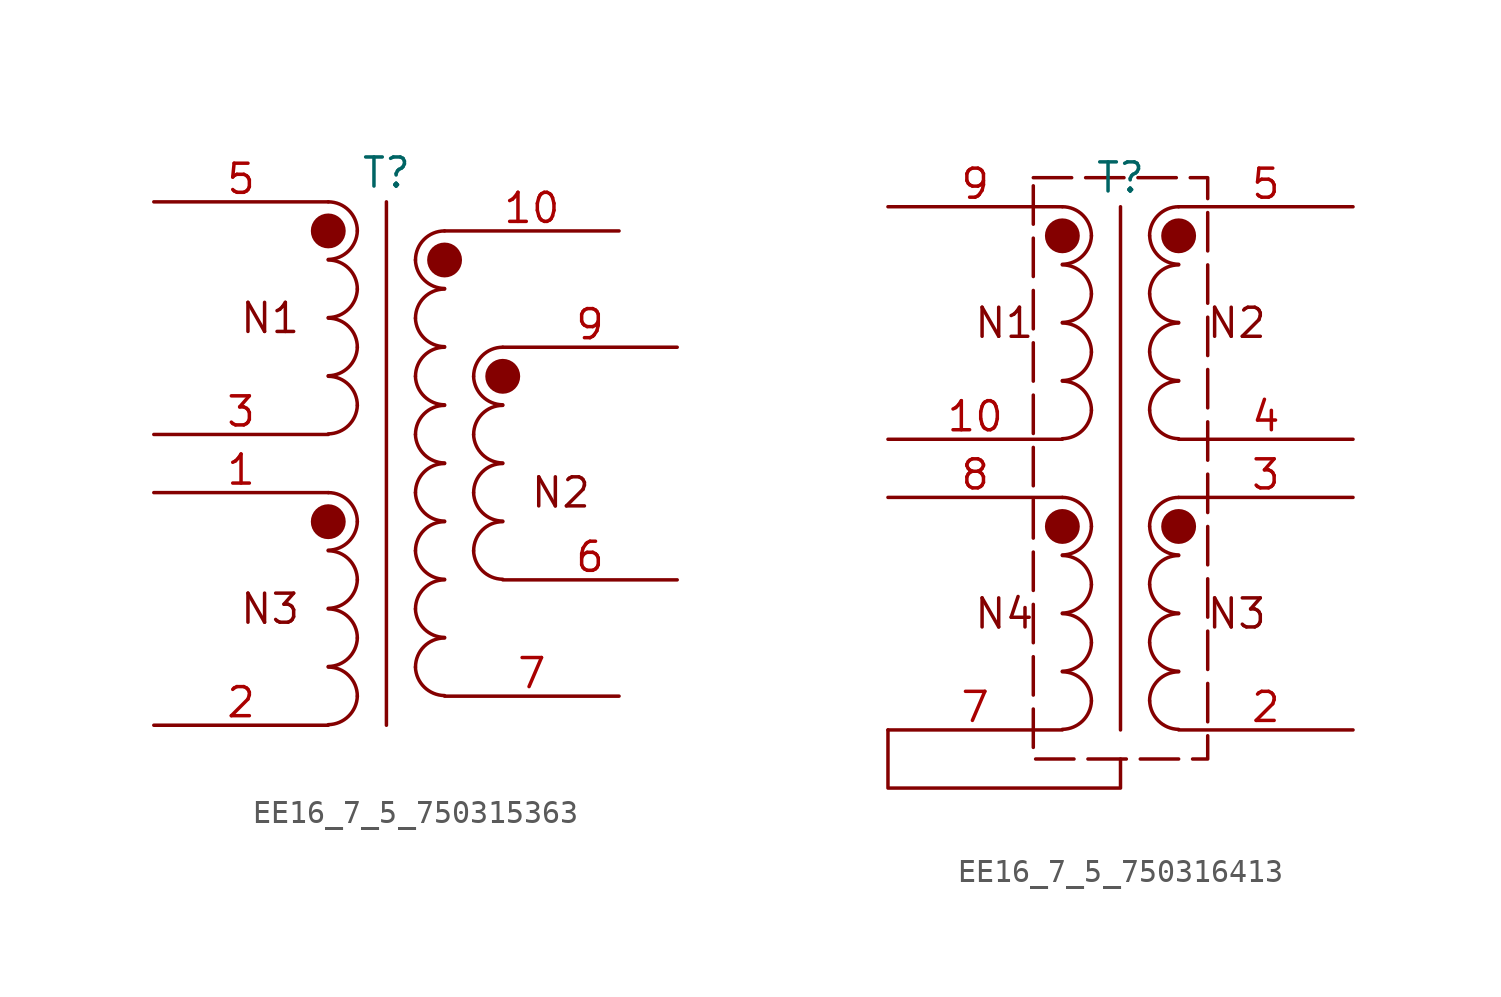
<source format=kicad_sym>
(kicad_symbol_lib
  (version 20220914)
  (generator kicad_symbol_editor)
  (symbol "EE16_7_5_750315363"
    (pin_names hide)
    (property "Reference" "T"
      (at 0 12.7 0)
      (effects (font (size 1.27 1.27))))
    (property "Critical Parameter" ""
      (at 0 -5.08 0)
      (effects (font (size 1.27 1.27)) (justify left)))
    (symbol "EE16_7_5_750315363_0_0"
      (text "" (at 3.81 -1.27 0) (effects (font (size 1.27 1.27)))))
    (symbol "EE16_7_5_750315363_0_1"
      (arc (start -2.54 -11.4046) (mid -1.6561 -11.0363) (end -1.27 -10.16) (stroke (width 0) (type default)) (fill (type none)))
      (arc (start -2.54 -8.8646) (mid -1.6561 -8.4963) (end -1.27 -7.62) (stroke (width 0) (type default)) (fill (type none)))
      (arc (start -2.54 -6.3246) (mid -1.6561 -5.9563) (end -1.27 -5.08) (stroke (width 0) (type default)) (fill (type none)))
      (arc (start -2.54 -3.7846) (mid -1.6561 -3.4163) (end -1.27 -2.54) (stroke (width 0) (type default)) (fill (type none)))
      (arc (start -2.54 1.2954) (mid -1.6561 1.6637) (end -1.27 2.54) (stroke (width 0) (type default)) (fill (type none)))
      (arc (start -2.54 3.8354) (mid -1.6561 4.2037) (end -1.27 5.08) (stroke (width 0) (type default)) (fill (type none)))
      (arc (start -2.54 6.3754) (mid -1.6561 6.7437) (end -1.27 7.62) (stroke (width 0) (type default)) (fill (type none)))
      (arc (start -2.54 8.9154) (mid -1.6561 9.2837) (end -1.27 10.16) (stroke (width 0) (type default)) (fill (type none)))
      (arc (start -1.27 -10.16) (mid -1.642 -9.262) (end -2.54 -8.89) (stroke (width 0) (type default)) (fill (type none)))
      (arc (start -1.27 -7.62) (mid -1.642 -6.722) (end -2.54 -6.35) (stroke (width 0) (type default)) (fill (type none)))
      (arc (start -1.27 -5.08) (mid -1.642 -4.182) (end -2.54 -3.81) (stroke (width 0) (type default)) (fill (type none)))
      (arc (start -1.27 -2.54) (mid -1.642 -1.642) (end -2.54 -1.27) (stroke (width 0) (type default)) (fill (type none)))
      (arc (start -1.27 2.54) (mid -1.642 3.438) (end -2.54 3.81) (stroke (width 0) (type default)) (fill (type none)))
      (arc (start -1.27 5.08) (mid -1.642 5.978) (end -2.54 6.35) (stroke (width 0) (type default)) (fill (type none)))
      (arc (start -1.27 7.62) (mid -1.642 8.518) (end -2.54 8.89) (stroke (width 0) (type default)) (fill (type none)))
      (arc (start -1.27 10.16) (mid -1.642 11.058) (end -2.54 11.43) (stroke (width 0) (type default)) (fill (type none)))
      (polyline (pts (xy 0 -11.43) (xy 0 11.43)) (stroke (width 0) (type default)) (fill (type none)))
      (arc (start 1.27 -8.89) (mid 1.656 -9.7664) (end 2.54 -10.1346) (stroke (width 0) (type default)) (fill (type none)))
      (arc (start 1.27 -6.35) (mid 1.656 -7.2264) (end 2.54 -7.5946) (stroke (width 0) (type default)) (fill (type none)))
      (arc (start 1.27 -3.81) (mid 1.656 -4.6864) (end 2.54 -5.0546) (stroke (width 0) (type default)) (fill (type none)))
      (arc (start 1.27 -1.27) (mid 1.656 -2.1464) (end 2.54 -2.5146) (stroke (width 0) (type default)) (fill (type none)))
      (arc (start 1.27 1.27) (mid 1.656 0.3936) (end 2.54 0.0254) (stroke (width 0) (type default)) (fill (type none)))
      (arc (start 1.27 3.81) (mid 1.656 2.9336) (end 2.54 2.5654) (stroke (width 0) (type default)) (fill (type none)))
      (arc (start 1.27 6.35) (mid 1.656 5.4736) (end 2.54 5.1054) (stroke (width 0) (type default)) (fill (type none)))
      (arc (start 1.27 8.89) (mid 1.656 8.0136) (end 2.54 7.6454) (stroke (width 0) (type default)) (fill (type none)))
      (arc (start 2.54 -7.62) (mid 1.642 -7.992) (end 1.27 -8.89) (stroke (width 0) (type default)) (fill (type none)))
      (arc (start 2.54 -5.08) (mid 1.642 -5.452) (end 1.27 -6.35) (stroke (width 0) (type default)) (fill (type none)))
      (arc (start 2.54 -2.54) (mid 1.642 -2.912) (end 1.27 -3.81) (stroke (width 0) (type default)) (fill (type none)))
      (arc (start 2.54 0) (mid 1.642 -0.372) (end 1.27 -1.27) (stroke (width 0) (type default)) (fill (type none)))
      (arc (start 2.54 2.54) (mid 1.642 2.168) (end 1.27 1.27) (stroke (width 0) (type default)) (fill (type none)))
      (arc (start 2.54 5.08) (mid 1.642 4.708) (end 1.27 3.81) (stroke (width 0) (type default)) (fill (type none)))
      (arc (start 2.54 7.62) (mid 1.642 7.248) (end 1.27 6.35) (stroke (width 0) (type default)) (fill (type none)))
      (arc (start 2.54 10.16) (mid 1.642 9.788) (end 1.27 8.89) (stroke (width 0) (type default)) (fill (type none)))
      (arc (start 3.81 -3.81) (mid 4.1961 -4.6863) (end 5.08 -5.0546) (stroke (width 0) (type default)) (fill (type none)))
      (arc (start 3.81 -1.27) (mid 4.1961 -2.1463) (end 5.08 -2.5146) (stroke (width 0) (type default)) (fill (type none)))
      (arc (start 3.81 1.27) (mid 4.1961 0.3937) (end 5.08 0.0254) (stroke (width 0) (type default)) (fill (type none)))
      (arc (start 3.81 3.81) (mid 4.1961 2.9337) (end 5.08 2.5654) (stroke (width 0) (type default)) (fill (type none)))
      (arc (start 5.08 -2.54) (mid 4.182 -2.912) (end 3.81 -3.81) (stroke (width 0) (type default)) (fill (type none)))
      (arc (start 5.08 0) (mid 4.182 -0.372) (end 3.81 -1.27) (stroke (width 0) (type default)) (fill (type none)))
      (arc (start 5.08 2.54) (mid 4.182 2.168) (end 3.81 1.27) (stroke (width 0) (type default)) (fill (type none)))
      (arc (start 5.08 5.08) (mid 4.182 4.708) (end 3.81 3.81) (stroke (width 0) (type default)) (fill (type none))))
    (symbol "EE16_7_5_750315363_1_1"
      (circle (center -2.54 -2.54) (radius 0.0001) (stroke (width 0.762) (type default)) (fill (type none)))
      (circle (center -2.54 10.16) (radius 0.0001) (stroke (width 0.762) (type default)) (fill (type none)))
      (circle (center 2.54 8.89) (radius 0.0001) (stroke (width 0.762) (type default)) (fill (type none)))
      (circle (center 5.08 3.81) (radius 0.0001) (stroke (width 0.762) (type default)) (fill (type none)))
      (text "N1" (at -5.08 6.35 0) (effects (font (size 1.27 1.27))))
      (text "N2" (at 7.62 -1.27 0) (effects (font (size 1.27 1.27))))
      (text "N3" (at -5.08 -6.35 0) (effects (font (size 1.27 1.27))))
      (pin passive line (at -10.16 -1.27 0) (length 7.62) (name "1" (effects (font (size 1.27 1.27)))) (number "1" (effects (font (size 1.27 1.27)))))
      (pin passive line (at 10.16 10.16 180) (length 7.62) (name "10" (effects (font (size 1.27 1.27)))) (number "10" (effects (font (size 1.27 1.27)))))
      (pin passive line (at -10.16 -11.43 0) (length 7.62) (name "2" (effects (font (size 1.27 1.27)))) (number "2" (effects (font (size 1.27 1.27)))))
      (pin passive line (at -10.16 1.27 0) (length 7.62) (name "3" (effects (font (size 1.27 1.27)))) (number "3" (effects (font (size 1.27 1.27)))))
      (pin passive line (at -10.16 11.43 0) (length 7.62) (name "5" (effects (font (size 1.27 1.27)))) (number "5" (effects (font (size 1.27 1.27)))))
      (pin passive line (at 12.7 -5.08 180) (length 7.62) (name "6" (effects (font (size 1.27 1.27)))) (number "6" (effects (font (size 1.27 1.27)))))
      (pin passive line (at 10.16 -10.16 180) (length 7.62) (name "7" (effects (font (size 1.27 1.27)))) (number "7" (effects (font (size 1.27 1.27)))))
      (pin passive line (at 12.7 5.08 180) (length 7.62) (name "9" (effects (font (size 1.27 1.27)))) (number "9" (effects (font (size 1.27 1.27)))))))
  (symbol "EE16_7_5_750316413"
    (pin_names hide)
    (property "Reference" "T"
      (at 0 12.7 0)
      (effects (font (size 1.27 1.27))))
    (property "Critical Parameter" ""
      (at 0 -5.08 0)
      (effects (font (size 1.27 1.27)) (justify left)))
    (symbol "EE16_7_5_750316413_0_1"
      (arc (start -2.54 -11.4046) (mid -1.6561 -11.0363) (end -1.27 -10.16) (stroke (width 0) (type default)) (fill (type none)))
      (arc (start -2.54 -8.8646) (mid -1.6561 -8.4963) (end -1.27 -7.62) (stroke (width 0) (type default)) (fill (type none)))
      (arc (start -2.54 -6.3246) (mid -1.6561 -5.9563) (end -1.27 -5.08) (stroke (width 0) (type default)) (fill (type none)))
      (arc (start -2.54 -3.7846) (mid -1.6561 -3.4163) (end -1.27 -2.54) (stroke (width 0) (type default)) (fill (type none)))
      (arc (start -2.54 1.2954) (mid -1.6561 1.6637) (end -1.27 2.54) (stroke (width 0) (type default)) (fill (type none)))
      (arc (start -2.54 3.8354) (mid -1.6561 4.2037) (end -1.27 5.08) (stroke (width 0) (type default)) (fill (type none)))
      (arc (start -2.54 6.3754) (mid -1.6561 6.7437) (end -1.27 7.62) (stroke (width 0) (type default)) (fill (type none)))
      (arc (start -2.54 8.9154) (mid -1.6561 9.2837) (end -1.27 10.16) (stroke (width 0) (type default)) (fill (type none)))
      (arc (start -1.27 -10.16) (mid -1.642 -9.262) (end -2.54 -8.89) (stroke (width 0) (type default)) (fill (type none)))
      (arc (start -1.27 -7.62) (mid -1.642 -6.722) (end -2.54 -6.35) (stroke (width 0) (type default)) (fill (type none)))
      (arc (start -1.27 -5.08) (mid -1.642 -4.182) (end -2.54 -3.81) (stroke (width 0) (type default)) (fill (type none)))
      (arc (start -1.27 -2.54) (mid -1.642 -1.642) (end -2.54 -1.27) (stroke (width 0) (type default)) (fill (type none)))
      (arc (start -1.27 2.54) (mid -1.642 3.438) (end -2.54 3.81) (stroke (width 0) (type default)) (fill (type none)))
      (arc (start -1.27 5.08) (mid -1.642 5.978) (end -2.54 6.35) (stroke (width 0) (type default)) (fill (type none)))
      (arc (start -1.27 7.62) (mid -1.642 8.518) (end -2.54 8.89) (stroke (width 0) (type default)) (fill (type none)))
      (arc (start -1.27 10.16) (mid -1.642 11.058) (end -2.54 11.43) (stroke (width 0) (type default)) (fill (type none)))
      (polyline (pts (xy 0 -11.43) (xy 0 11.43)) (stroke (width 0) (type default)) (fill (type none)))
      (polyline (pts (xy -10.16 -11.43) (xy -10.16 -13.97) (xy 0 -13.97) (xy 0 -12.7)) (stroke (width 0) (type default)) (fill (type none)))
      (arc (start 1.27 -10.16) (mid 1.6561 -11.0363) (end 2.54 -11.4046) (stroke (width 0) (type default)) (fill (type none)))
      (arc (start 1.27 -7.62) (mid 1.6561 -8.4963) (end 2.54 -8.8646) (stroke (width 0) (type default)) (fill (type none)))
      (arc (start 1.27 -5.08) (mid 1.6561 -5.9563) (end 2.54 -6.3246) (stroke (width 0) (type default)) (fill (type none)))
      (arc (start 1.27 -2.54) (mid 1.6561 -3.4163) (end 2.54 -3.7846) (stroke (width 0) (type default)) (fill (type none)))
      (arc (start 1.27 2.54) (mid 1.6561 1.6637) (end 2.54 1.2954) (stroke (width 0) (type default)) (fill (type none)))
      (arc (start 1.27 5.08) (mid 1.6561 4.2037) (end 2.54 3.8354) (stroke (width 0) (type default)) (fill (type none)))
      (arc (start 1.27 7.62) (mid 1.6561 6.7437) (end 2.54 6.3754) (stroke (width 0) (type default)) (fill (type none)))
      (arc (start 1.27 10.16) (mid 1.6561 9.2837) (end 2.54 8.9154) (stroke (width 0) (type default)) (fill (type none)))
      (arc (start 2.54 -8.89) (mid 1.642 -9.262) (end 1.27 -10.16) (stroke (width 0) (type default)) (fill (type none)))
      (arc (start 2.54 -6.35) (mid 1.642 -6.722) (end 1.27 -7.62) (stroke (width 0) (type default)) (fill (type none)))
      (arc (start 2.54 -3.81) (mid 1.642 -4.182) (end 1.27 -5.08) (stroke (width 0) (type default)) (fill (type none)))
      (arc (start 2.54 -1.27) (mid 1.642 -1.642) (end 1.27 -2.54) (stroke (width 0) (type default)) (fill (type none)))
      (arc (start 2.54 3.81) (mid 1.642 3.438) (end 1.27 2.54) (stroke (width 0) (type default)) (fill (type none)))
      (arc (start 2.54 6.35) (mid 1.642 5.978) (end 1.27 5.08) (stroke (width 0) (type default)) (fill (type none)))
      (arc (start 2.54 8.89) (mid 1.642 8.518) (end 1.27 7.62) (stroke (width 0) (type default)) (fill (type none)))
      (arc (start 2.54 11.43) (mid 1.642 11.058) (end 1.27 10.16) (stroke (width 0) (type default)) (fill (type none))))
    (symbol "EE16_7_5_750316413_1_1"
      (rectangle (start -3.81 12.7) (end 3.81 -12.7) (stroke (width 0) (type dash)) (fill (type none)))
      (circle (center -2.54 -2.54) (radius 0.0001) (stroke (width 0.762) (type default)) (fill (type none)))
      (circle (center -2.54 10.16) (radius 0.0001) (stroke (width 0.762) (type default)) (fill (type none)))
      (circle (center 2.54 -2.54) (radius 0.0001) (stroke (width 0.762) (type default)) (fill (type none)))
      (circle (center 2.54 10.16) (radius 0.0001) (stroke (width 0.762) (type default)) (fill (type none)))
      (text "N1" (at -5.08 6.35 0) (effects (font (size 1.27 1.27))))
      (text "N2" (at 5.08 6.35 0) (effects (font (size 1.27 1.27))))
      (text "N3" (at 5.08 -6.35 0) (effects (font (size 1.27 1.27))))
      (text "N4" (at -5.08 -6.35 0) (effects (font (size 1.27 1.27))))
      (pin passive line (at -10.16 1.27 0) (length 7.62) (name "10" (effects (font (size 1.27 1.27)))) (number "10" (effects (font (size 1.27 1.27)))))
      (pin passive line (at 10.16 -11.43 180) (length 7.62) (name "2" (effects (font (size 1.27 1.27)))) (number "2" (effects (font (size 1.27 1.27)))))
      (pin passive line (at 10.16 -1.27 180) (length 7.62) (name "3" (effects (font (size 1.27 1.27)))) (number "3" (effects (font (size 1.27 1.27)))))
      (pin passive line (at 10.16 1.27 180) (length 7.62) (name "4" (effects (font (size 1.27 1.27)))) (number "4" (effects (font (size 1.27 1.27)))))
      (pin passive line (at 10.16 11.43 180) (length 7.62) (name "5" (effects (font (size 1.27 1.27)))) (number "5" (effects (font (size 1.27 1.27)))))
      (pin passive line (at -10.16 -11.43 0) (length 7.62) (name "7" (effects (font (size 1.27 1.27)))) (number "7" (effects (font (size 1.27 1.27)))))
      (pin passive line (at -10.16 -1.27 0) (length 7.62) (name "8" (effects (font (size 1.27 1.27)))) (number "8" (effects (font (size 1.27 1.27)))))
      (pin passive line (at -10.16 11.43 0) (length 7.62) (name "9" (effects (font (size 1.27 1.27)))) (number "9" (effects (font (size 1.27 1.27))))))))
</source>
